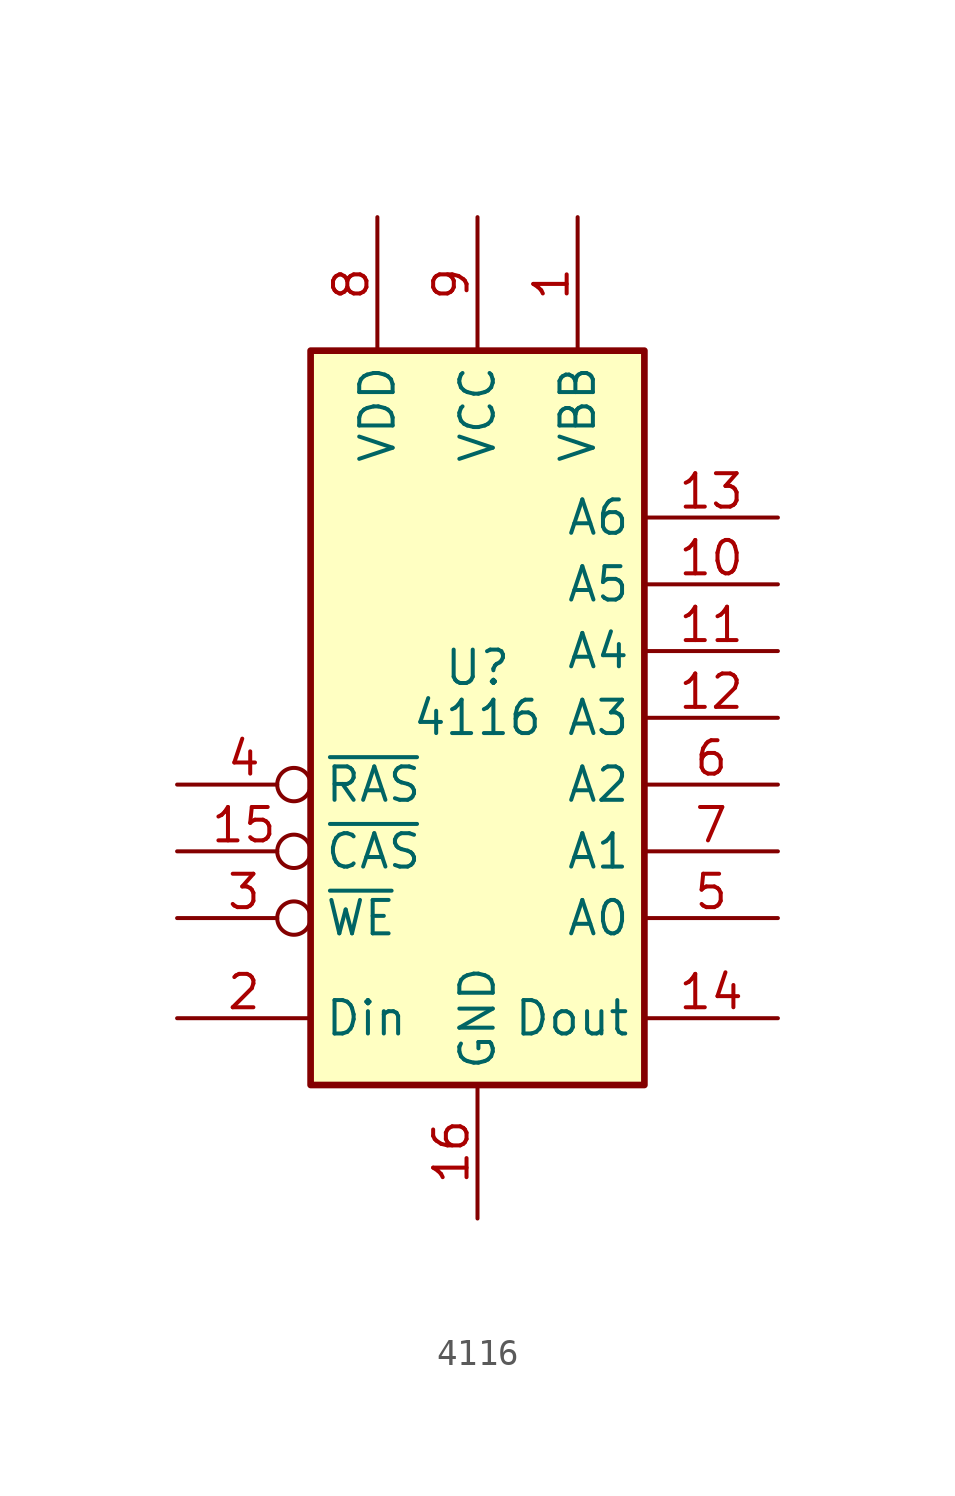
<source format=kicad_sym>
(kicad_symbol_lib
  (version 20220914)
  (generator kicad_symbol_editor)
  (symbol "4116"
    (property "Reference" "U"
      (at 0 1.905 0)
      (effects (font (size 1.27 1.27))))
    (property "Value" "4116"
      (at 0 0 0)
      (effects (font (size 1.27 1.27))))
    (symbol "4116_1_0"
      (pin power_in line (at 3.81 19.05 270) (length 5.08) (name "VBB" (effects (font (size 1.27 1.27)))) (number "1" (effects (font (size 1.27 1.27)))))
      (pin power_in line (at 0 -19.05 90) (length 5.08) (name "GND" (effects (font (size 1.27 1.27)))) (number "16" (effects (font (size 1.27 1.27)))))
      (pin power_in line (at -3.81 19.05 270) (length 5.08) (name "VDD" (effects (font (size 1.27 1.27)))) (number "8" (effects (font (size 1.27 1.27)))))
      (pin power_in line (at 0 19.05 270) (length 5.08) (name "VCC" (effects (font (size 1.27 1.27)))) (number "9" (effects (font (size 1.27 1.27))))))
    (symbol "4116_1_1"
      (rectangle (start -6.35 13.97) (end 6.35 -13.97) (stroke (width 0.254) (type default)) (fill (type background)))
      (pin input line (at 11.43 5.08 180) (length 5.08) (name "A5" (effects (font (size 1.27 1.27)))) (number "10" (effects (font (size 1.27 1.27)))))
      (pin input line (at 11.43 2.54 180) (length 5.08) (name "A4" (effects (font (size 1.27 1.27)))) (number "11" (effects (font (size 1.27 1.27)))))
      (pin input line (at 11.43 0 180) (length 5.08) (name "A3" (effects (font (size 1.27 1.27)))) (number "12" (effects (font (size 1.27 1.27)))))
      (pin input line (at 11.43 7.62 180) (length 5.08) (name "A6" (effects (font (size 1.27 1.27)))) (number "13" (effects (font (size 1.27 1.27)))))
      (pin output line (at 11.43 -11.43 180) (length 5.08) (name "Dout" (effects (font (size 1.27 1.27)))) (number "14" (effects (font (size 1.27 1.27)))))
      (pin input inverted (at -11.43 -5.08 0) (length 5.08) (name "~{CAS}" (effects (font (size 1.27 1.27)))) (number "15" (effects (font (size 1.27 1.27)))))
      (pin input line (at -11.43 -11.43 0) (length 5.08) (name "Din" (effects (font (size 1.27 1.27)))) (number "2" (effects (font (size 1.27 1.27)))))
      (pin input inverted (at -11.43 -7.62 0) (length 5.08) (name "~{WE}" (effects (font (size 1.27 1.27)))) (number "3" (effects (font (size 1.27 1.27)))))
      (pin input inverted (at -11.43 -2.54 0) (length 5.08) (name "~{RAS}" (effects (font (size 1.27 1.27)))) (number "4" (effects (font (size 1.27 1.27)))))
      (pin input line (at 11.43 -7.62 180) (length 5.08) (name "A0" (effects (font (size 1.27 1.27)))) (number "5" (effects (font (size 1.27 1.27)))))
      (pin input line (at 11.43 -2.54 180) (length 5.08) (name "A2" (effects (font (size 1.27 1.27)))) (number "6" (effects (font (size 1.27 1.27)))))
      (pin input line (at 11.43 -5.08 180) (length 5.08) (name "A1" (effects (font (size 1.27 1.27)))) (number "7" (effects (font (size 1.27 1.27))))))))
</source>
